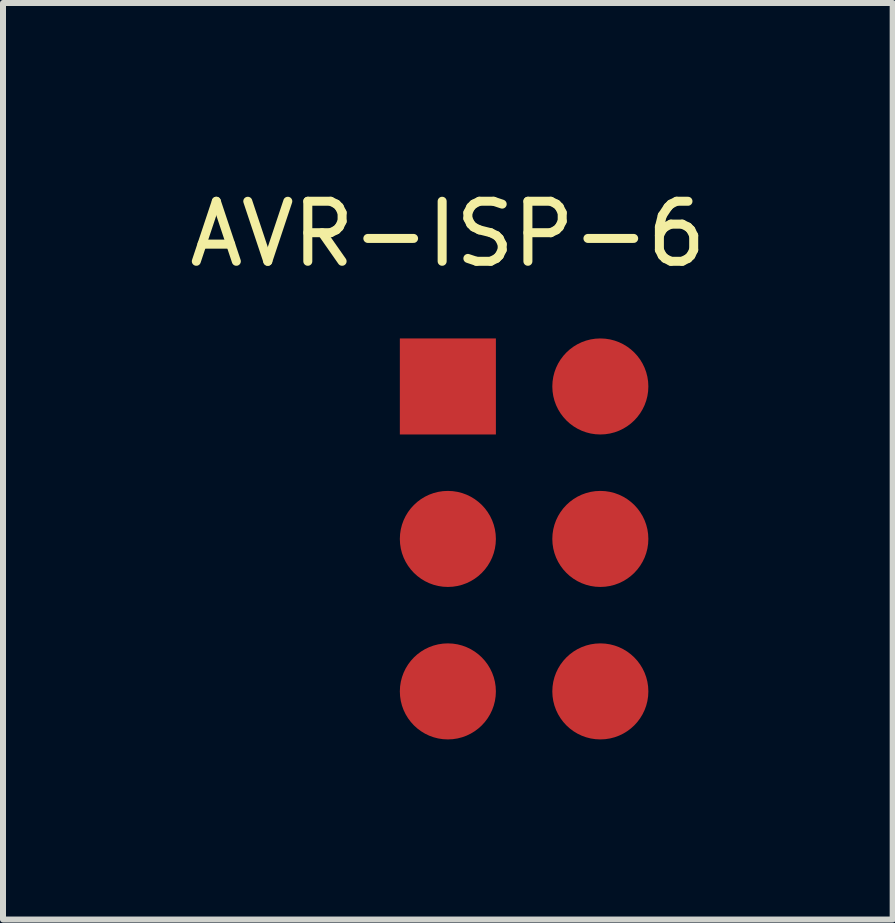
<source format=kicad_pcb>
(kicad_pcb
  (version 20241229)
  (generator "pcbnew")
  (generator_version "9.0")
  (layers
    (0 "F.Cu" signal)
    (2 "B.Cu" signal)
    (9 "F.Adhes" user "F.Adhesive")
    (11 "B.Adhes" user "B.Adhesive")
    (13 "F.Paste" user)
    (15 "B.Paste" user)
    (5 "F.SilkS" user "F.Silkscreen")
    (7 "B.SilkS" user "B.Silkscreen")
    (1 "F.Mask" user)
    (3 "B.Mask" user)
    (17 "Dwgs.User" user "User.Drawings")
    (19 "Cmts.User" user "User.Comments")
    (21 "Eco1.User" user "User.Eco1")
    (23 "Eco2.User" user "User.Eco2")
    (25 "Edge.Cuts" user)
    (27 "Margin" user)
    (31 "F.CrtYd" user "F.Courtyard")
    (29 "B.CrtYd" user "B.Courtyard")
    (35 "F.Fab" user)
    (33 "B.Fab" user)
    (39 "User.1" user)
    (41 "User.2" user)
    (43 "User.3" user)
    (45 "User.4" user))
  (footprint "AVR-ISP-6"
    (layer "F.Cu")
    (at 4.411 3.388)
    (property "Reference" "AVR-ISP-6" (at 0 -2.54 0) (layer "F.SilkS") (effects (font (size 1 1) (thickness 0.15))))
    (attr through_hole)
    (pad "1" smd rect (at 0 0) (size 1.6 1.6) (layers "F.Cu" "F.Mask" "F.Paste"))
    (pad "2" smd circle (at 2.54 0) (size 1.6 1.6) (layers "F.Cu" "F.Mask" "F.Paste"))
    (pad "3" smd oval (at 0 2.54) (size 1.6 1.6) (layers "F.Cu" "F.Mask" "F.Paste"))
    (pad "4" smd oval (at 2.54 2.54) (size 1.6 1.6) (layers "F.Cu" "F.Mask" "F.Paste"))
    (pad "5" smd oval (at 0 5.08) (size 1.6 1.6) (layers "F.Cu" "F.Mask" "F.Paste"))
    (pad "6" smd oval (at 2.54 5.08) (size 1.6 1.6) (layers "F.Cu" "F.Mask" "F.Paste")))
  (gr_rect
    (start -3 -3)
    (end 11.821 12.268)
    (stroke (width 0.1) (type default))
    (fill no)
    (layer "Edge.Cuts")))
</source>
